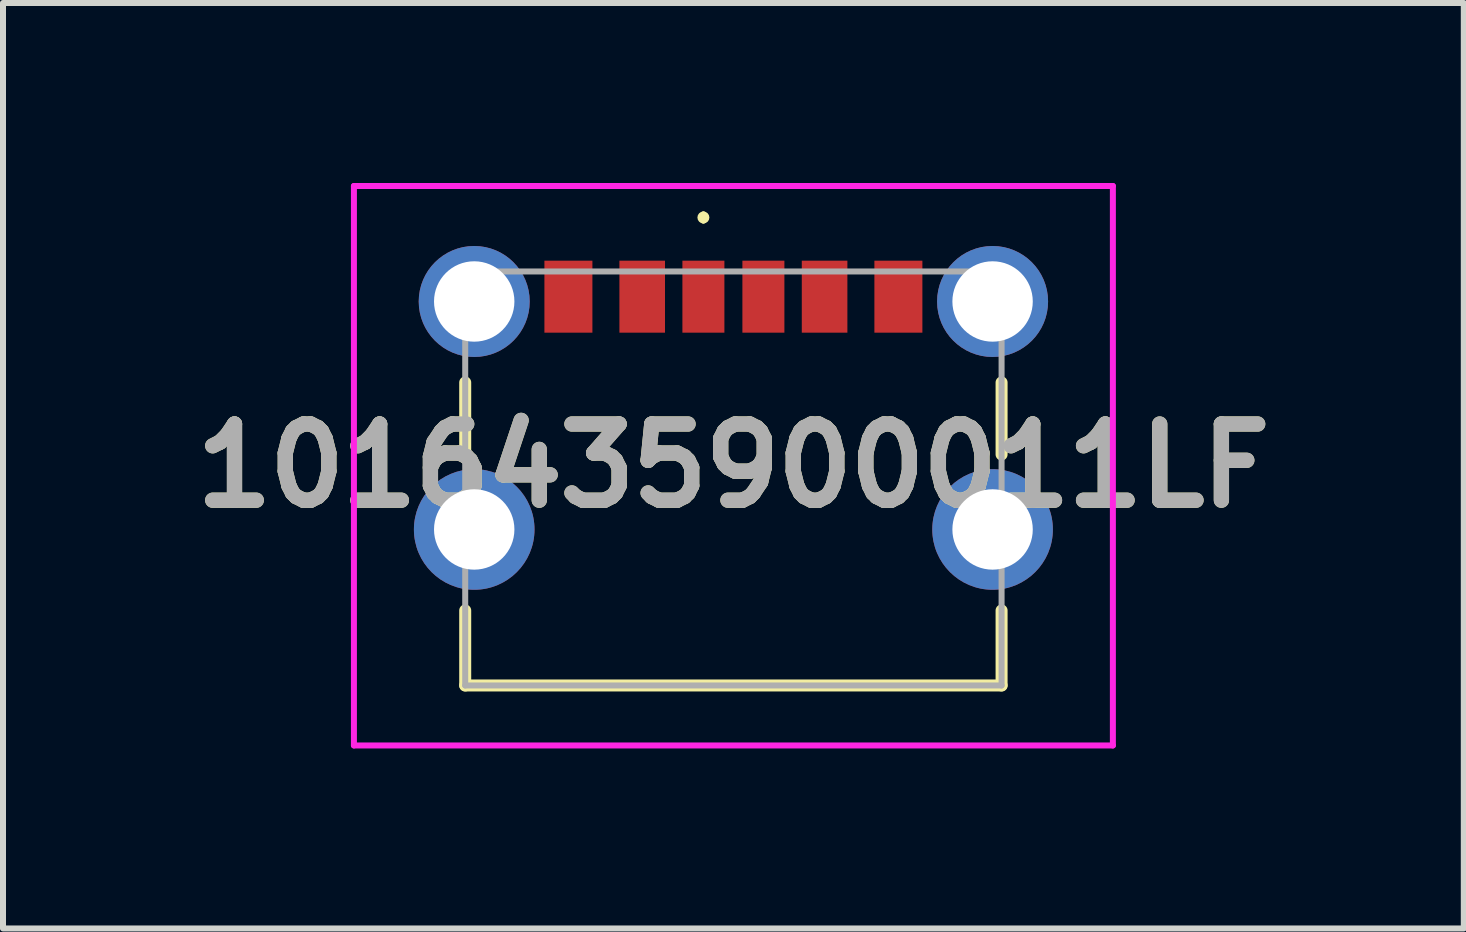
<source format=kicad_pcb>
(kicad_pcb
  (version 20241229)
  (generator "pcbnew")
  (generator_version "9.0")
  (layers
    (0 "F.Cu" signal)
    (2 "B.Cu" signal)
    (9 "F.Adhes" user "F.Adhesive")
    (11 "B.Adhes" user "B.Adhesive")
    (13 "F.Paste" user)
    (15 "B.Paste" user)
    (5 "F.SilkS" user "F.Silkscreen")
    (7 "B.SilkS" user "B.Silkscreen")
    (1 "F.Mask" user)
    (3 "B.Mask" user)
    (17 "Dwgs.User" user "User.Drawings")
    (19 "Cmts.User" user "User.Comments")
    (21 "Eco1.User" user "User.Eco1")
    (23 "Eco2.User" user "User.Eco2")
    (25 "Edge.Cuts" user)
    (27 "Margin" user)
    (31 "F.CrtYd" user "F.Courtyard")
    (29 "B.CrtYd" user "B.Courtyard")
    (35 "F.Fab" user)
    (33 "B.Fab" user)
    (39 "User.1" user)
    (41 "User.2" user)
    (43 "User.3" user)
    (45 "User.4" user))
  (footprint "1016435900011LF"
    (layer "F.Cu")
    (at 9.174 4.925)
    (property "Reference" "1016435900011LF" (at 0 -0.212 0) (layer "F.SilkS") (effects (font (size 1.27 1.27) (thickness 0.254))))
    (attr through_hole)
    (fp_line (start -4.47 -1.6) (end -4.47 -0.4) (stroke (width 0.2) (type solid)) (layer "F.SilkS"))
    (fp_line (start -4.47 2.2) (end -4.47 3.45) (stroke (width 0.2) (type solid)) (layer "F.SilkS"))
    (fp_line (start -4.47 3.45) (end 4.47 3.45) (stroke (width 0.2) (type solid)) (layer "F.SilkS"))
    (fp_line (start -0.5 -4.4) (end -0.5 -4.4) (stroke (width 0.1) (type solid)) (layer "F.SilkS"))
    (fp_line (start -0.5 -4.3) (end -0.5 -4.3) (stroke (width 0.1) (type solid)) (layer "F.SilkS"))
    (fp_line (start 4.47 -1.6) (end 4.47 -0.4) (stroke (width 0.2) (type solid)) (layer "F.SilkS"))
    (fp_line (start 4.47 3.45) (end 4.47 2.2) (stroke (width 0.2) (type solid)) (layer "F.SilkS"))
    (fp_arc (start -0.5 -4.4) (mid -0.45 -4.35) (end -0.5 -4.3) (stroke (width 0.1) (type solid)) (layer "F.SilkS"))
    (fp_arc (start -0.5 -4.3) (mid -0.55 -4.35) (end -0.5 -4.4) (stroke (width 0.1) (type solid)) (layer "F.SilkS"))
    (fp_line (start -6.325 -4.875) (end 6.325 -4.875) (stroke (width 0.1) (type solid)) (layer "F.CrtYd"))
    (fp_line (start -6.325 4.45) (end -6.325 -4.875) (stroke (width 0.1) (type solid)) (layer "F.CrtYd"))
    (fp_line (start 6.325 -4.875) (end 6.325 4.45) (stroke (width 0.1) (type solid)) (layer "F.CrtYd"))
    (fp_line (start 6.325 4.45) (end -6.325 4.45) (stroke (width 0.1) (type solid)) (layer "F.CrtYd"))
    (fp_line (start -4.47 -3.45) (end -4.47 3.45) (stroke (width 0.1) (type solid)) (layer "F.Fab"))
    (fp_line (start -4.47 3.45) (end 4.47 3.45) (stroke (width 0.1) (type solid)) (layer "F.Fab"))
    (fp_line (start 4.47 -3.45) (end -4.47 -3.45) (stroke (width 0.1) (type solid)) (layer "F.Fab"))
    (fp_line (start 4.47 3.45) (end 4.47 -3.45) (stroke (width 0.1) (type solid)) (layer "F.Fab"))
    (fp_text user "${REFERENCE}" (at 0 -0.212 0) (layer "F.Fab") (effects (font (size 1.27 1.27) (thickness 0.254))))
    (pad "A5" smd rect (at -0.5 -3.03) (size 0.7 1.2) (layers "F.Cu" "F.Mask" "F.Paste"))
    (pad "A9" smd rect (at 1.52 -3.03) (size 0.76 1.2) (layers "F.Cu" "F.Mask" "F.Paste"))
    (pad "A12" smd rect (at 2.75 -3.03) (size 0.8 1.2) (layers "F.Cu" "F.Mask" "F.Paste"))
    (pad "B5" smd rect (at 0.5 -3.03) (size 0.7 1.2) (layers "F.Cu" "F.Mask" "F.Paste"))
    (pad "B9" smd rect (at -1.52 -3.03) (size 0.76 1.2) (layers "F.Cu" "F.Mask" "F.Paste"))
    (pad "B12" smd rect (at -2.75 -3.03) (size 0.8 1.2) (layers "F.Cu" "F.Mask" "F.Paste"))
    (pad "S1" thru_hole circle (at -4.32 -2.95) (size 1.85 1.85) (drill 1.34) (layers "*.Cu" "*.Mask"))
    (pad "S1" thru_hole circle (at -4.32 0.85) (size 2.01 2.01) (drill 1.34) (layers "*.Cu" "*.Mask"))
    (pad "S1" thru_hole circle (at 4.32 -2.95) (size 1.85 1.85) (drill 1.34) (layers "*.Cu" "*.Mask"))
    (pad "S1" thru_hole circle (at 4.32 0.85) (size 2.01 2.01) (drill 1.34) (layers "*.Cu" "*.Mask")))
  (gr_rect
    (start -3 -3)
    (end 21.348 12.425)
    (stroke (width 0.1) (type default))
    (fill no)
    (layer "Edge.Cuts")))
</source>
